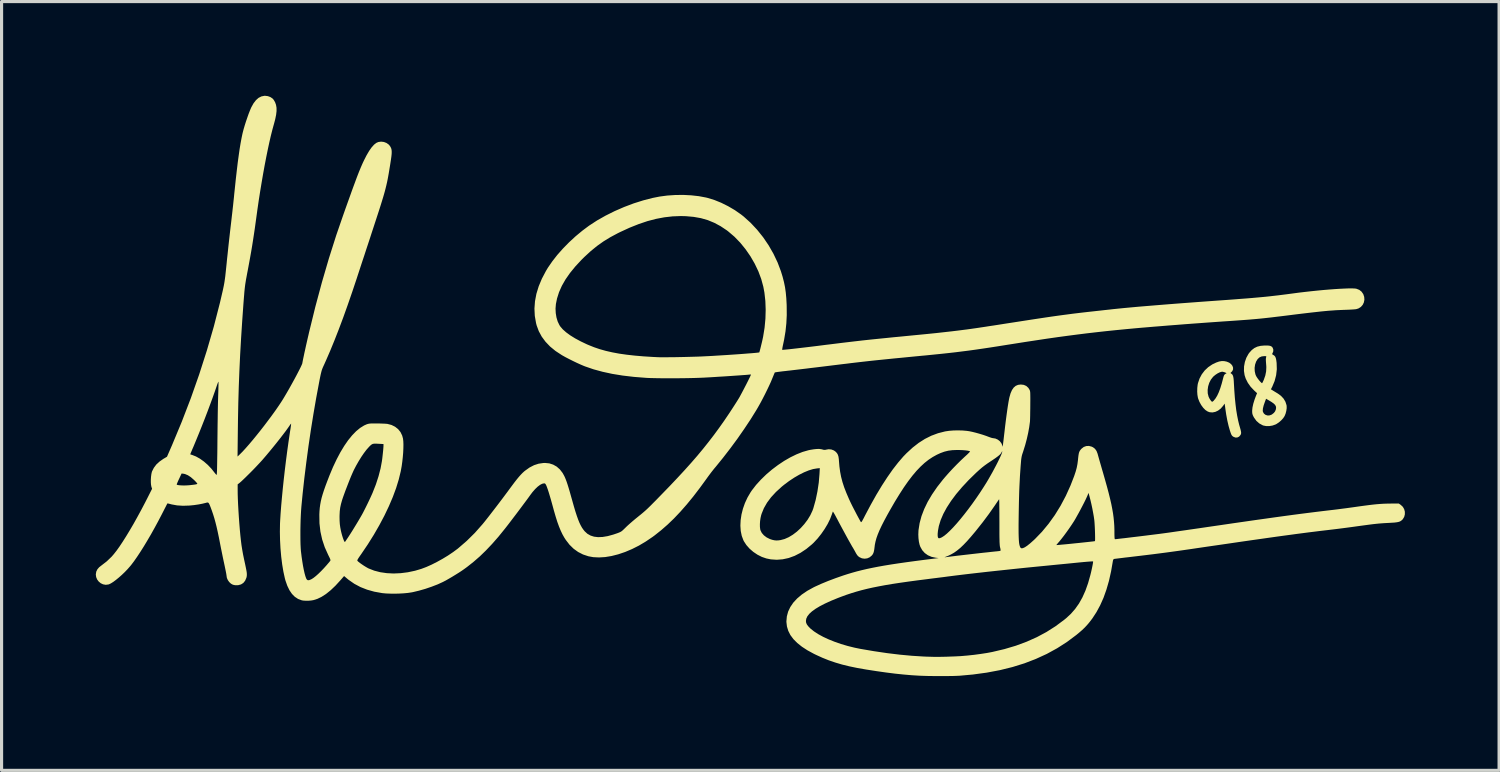
<source format=kicad_pcb>
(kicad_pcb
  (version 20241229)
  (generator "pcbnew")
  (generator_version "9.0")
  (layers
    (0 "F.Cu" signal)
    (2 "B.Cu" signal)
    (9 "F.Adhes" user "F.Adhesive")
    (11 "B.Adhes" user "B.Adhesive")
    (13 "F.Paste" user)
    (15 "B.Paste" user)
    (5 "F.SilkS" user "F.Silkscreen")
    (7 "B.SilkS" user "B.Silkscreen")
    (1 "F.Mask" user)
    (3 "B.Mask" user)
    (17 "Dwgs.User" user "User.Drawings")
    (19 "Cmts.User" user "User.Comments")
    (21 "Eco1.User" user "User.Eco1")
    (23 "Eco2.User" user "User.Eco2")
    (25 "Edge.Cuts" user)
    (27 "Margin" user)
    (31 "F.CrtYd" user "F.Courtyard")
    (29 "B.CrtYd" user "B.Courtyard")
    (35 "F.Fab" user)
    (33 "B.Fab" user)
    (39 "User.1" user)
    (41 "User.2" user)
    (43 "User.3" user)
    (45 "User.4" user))
  (footprint "Alectardy98 (2) Silk"
    (layer "F.Cu")
    (at 20.306 9.12)
    (property "Reference" "Alectardy98 (2) Silk" (at 6.858 -7.112 0) (layer "User.1") (effects (font (size 1.524 1.524) (thickness 0.3))))
    (attr board_only exclude_from_pos_files exclude_from_bom)
    (fp_poly (pts (xy 15.617 -0.674) (xy 15.697 -0.657) (xy 15.774 -0.625) (xy 15.834 -0.58) (xy 15.876 -0.527) (xy 15.898 -0.469) (xy 15.898 -0.411) (xy 15.874 -0.357) (xy 15.85 -0.33) (xy 15.814 -0.295) (xy 15.844 -0.274) (xy 15.871 -0.251) (xy 15.89 -0.22) (xy 15.904 -0.177) (xy 15.914 -0.117) (xy 15.921 -0.036) (xy 15.923 0.007) (xy 15.938 0.261) (xy 15.955 0.491) (xy 15.976 0.697) (xy 15.999 0.884) (xy 16.027 1.054) (xy 16.058 1.21) (xy 16.093 1.354) (xy 16.115 1.429) (xy 16.137 1.507) (xy 16.15 1.564) (xy 16.155 1.606) (xy 16.152 1.638) (xy 16.141 1.666) (xy 16.134 1.679) (xy 16.09 1.73) (xy 16.034 1.757) (xy 15.972 1.759) (xy 15.909 1.734) (xy 15.9 1.729) (xy 15.876 1.71) (xy 15.858 1.689) (xy 15.841 1.659) (xy 15.823 1.613) (xy 15.801 1.548) (xy 15.798 1.539) (xy 15.755 1.388) (xy 15.715 1.216) (xy 15.68 1.028) (xy 15.655 0.858) (xy 15.631 0.679) (xy 15.578 0.753) (xy 15.504 0.838) (xy 15.421 0.901) (xy 15.333 0.942) (xy 15.242 0.96) (xy 15.153 0.953) (xy 15.09 0.93) (xy 15.018 0.883) (xy 14.948 0.812) (xy 14.884 0.725) (xy 14.829 0.626) (xy 14.788 0.522) (xy 14.779 0.49) (xy 14.763 0.399) (xy 14.756 0.291) (xy 14.758 0.242) (xy 15.089 0.242) (xy 15.092 0.352) (xy 15.117 0.452) (xy 15.121 0.463) (xy 15.144 0.511) (xy 15.172 0.557) (xy 15.2 0.595) (xy 15.223 0.617) (xy 15.232 0.621) (xy 15.252 0.611) (xy 15.28 0.588) (xy 15.285 0.582) (xy 15.341 0.512) (xy 15.394 0.424) (xy 15.444 0.317) (xy 15.492 0.188) (xy 15.539 0.035) (xy 15.586 -0.144) (xy 15.586 -0.144) (xy 15.602 -0.2) (xy 15.619 -0.235) (xy 15.641 -0.258) (xy 15.651 -0.265) (xy 15.693 -0.291) (xy 15.636 -0.317) (xy 15.568 -0.336) (xy 15.528 -0.334) (xy 15.471 -0.316) (xy 15.403 -0.282) (xy 15.334 -0.236) (xy 15.271 -0.183) (xy 15.258 -0.169) (xy 15.191 -0.083) (xy 15.14 0.018) (xy 15.105 0.129) (xy 15.089 0.242) (xy 14.758 0.242) (xy 14.759 0.18) (xy 14.771 0.075) (xy 14.781 0.028) (xy 14.83 -0.118) (xy 14.903 -0.255) (xy 14.997 -0.378) (xy 15.11 -0.484) (xy 15.237 -0.569) (xy 15.25 -0.576) (xy 15.359 -0.628) (xy 15.453 -0.661) (xy 15.538 -0.676)) (stroke (width 0) (type solid)) (fill yes) (layer "F.SilkS"))
    (fp_poly (pts (xy 17.018 -1.169) (xy 17.074 -1.161) (xy 17.113 -1.146) (xy 17.142 -1.122) (xy 17.16 -1.097) (xy 17.18 -1.04) (xy 17.176 -0.977) (xy 17.152 -0.923) (xy 17.143 -0.903) (xy 17.149 -0.888) (xy 17.176 -0.871) (xy 17.184 -0.867) (xy 17.216 -0.845) (xy 17.24 -0.815) (xy 17.258 -0.773) (xy 17.272 -0.713) (xy 17.283 -0.632) (xy 17.285 -0.609) (xy 17.291 -0.415) (xy 17.269 -0.224) (xy 17.22 -0.037) (xy 17.146 0.14) (xy 17.103 0.223) (xy 17.17 0.265) (xy 17.219 0.295) (xy 17.278 0.331) (xy 17.323 0.358) (xy 17.424 0.432) (xy 17.506 0.52) (xy 17.565 0.619) (xy 17.599 0.725) (xy 17.604 0.754) (xy 17.605 0.826) (xy 17.593 0.91) (xy 17.571 0.996) (xy 17.54 1.072) (xy 17.538 1.076) (xy 17.494 1.143) (xy 17.43 1.213) (xy 17.356 1.277) (xy 17.278 1.329) (xy 17.248 1.344) (xy 17.154 1.377) (xy 17.052 1.394) (xy 16.953 1.394) (xy 16.864 1.377) (xy 16.844 1.37) (xy 16.735 1.311) (xy 16.642 1.23) (xy 16.567 1.126) (xy 16.549 1.094) (xy 16.525 1.043) (xy 16.512 1) (xy 16.507 0.952) (xy 16.506 0.903) (xy 16.506 0.903) (xy 16.843 0.903) (xy 16.849 0.94) (xy 16.881 0.997) (xy 16.931 1.036) (xy 16.992 1.056) (xy 17.058 1.055) (xy 17.123 1.031) (xy 17.138 1.022) (xy 17.197 0.975) (xy 17.235 0.927) (xy 17.259 0.87) (xy 17.268 0.816) (xy 17.262 0.768) (xy 17.238 0.723) (xy 17.194 0.678) (xy 17.127 0.63) (xy 17.062 0.59) (xy 16.949 0.524) (xy 16.912 0.622) (xy 16.872 0.737) (xy 16.849 0.831) (xy 16.843 0.903) (xy 16.506 0.903) (xy 16.516 0.802) (xy 16.542 0.683) (xy 16.583 0.55) (xy 16.622 0.445) (xy 16.662 0.346) (xy 16.572 0.263) (xy 16.46 0.146) (xy 16.369 0.018) (xy 16.301 -0.117) (xy 16.265 -0.227) (xy 16.245 -0.363) (xy 16.247 -0.459) (xy 16.584 -0.459) (xy 16.588 -0.353) (xy 16.61 -0.252) (xy 16.63 -0.203) (xy 16.653 -0.164) (xy 16.685 -0.117) (xy 16.722 -0.069) (xy 16.759 -0.025) (xy 16.792 0.008) (xy 16.815 0.027) (xy 16.821 0.028) (xy 16.831 0.016) (xy 16.848 -0.016) (xy 16.869 -0.062) (xy 16.876 -0.077) (xy 16.925 -0.217) (xy 16.951 -0.349) (xy 16.957 -0.482) (xy 16.954 -0.536) (xy 16.947 -0.625) (xy 16.943 -0.69) (xy 16.942 -0.737) (xy 16.945 -0.771) (xy 16.951 -0.796) (xy 16.952 -0.801) (xy 16.957 -0.819) (xy 16.95 -0.829) (xy 16.925 -0.832) (xy 16.891 -0.833) (xy 16.808 -0.823) (xy 16.741 -0.794) (xy 16.684 -0.742) (xy 16.681 -0.739) (xy 16.632 -0.659) (xy 16.599 -0.563) (xy 16.584 -0.459) (xy 16.247 -0.459) (xy 16.248 -0.505) (xy 16.274 -0.646) (xy 16.321 -0.781) (xy 16.388 -0.902) (xy 16.416 -0.941) (xy 16.493 -1.026) (xy 16.576 -1.09) (xy 16.668 -1.134) (xy 16.775 -1.16) (xy 16.901 -1.171) (xy 16.94 -1.171)) (stroke (width 0) (type solid)) (fill yes) (layer "F.SilkS"))
    (fp_poly (pts (xy 9.236 0.082) (xy 9.315 0.117) (xy 9.379 0.175) (xy 9.416 0.233) (xy 9.424 0.25) (xy 9.431 0.267) (xy 9.436 0.289) (xy 9.44 0.319) (xy 9.442 0.359) (xy 9.443 0.413) (xy 9.444 0.485) (xy 9.444 0.577) (xy 9.443 0.693) (xy 9.443 0.734) (xy 9.442 0.847) (xy 9.44 0.955) (xy 9.439 1.053) (xy 9.437 1.137) (xy 9.435 1.202) (xy 9.433 1.246) (xy 9.432 1.256) (xy 9.409 1.427) (xy 9.375 1.614) (xy 9.331 1.808) (xy 9.28 2) (xy 9.223 2.182) (xy 9.216 2.205) (xy 9.196 2.264) (xy 9.18 2.313) (xy 9.169 2.36) (xy 9.16 2.41) (xy 9.152 2.469) (xy 9.146 2.543) (xy 9.138 2.638) (xy 9.137 2.649) (xy 9.125 2.819) (xy 9.114 2.98) (xy 9.106 3.138) (xy 9.098 3.296) (xy 9.091 3.459) (xy 9.086 3.634) (xy 9.081 3.825) (xy 9.077 4.036) (xy 9.075 4.156) (xy 9.072 4.358) (xy 9.07 4.534) (xy 9.07 4.686) (xy 9.071 4.816) (xy 9.074 4.925) (xy 9.078 5.016) (xy 9.084 5.09) (xy 9.092 5.15) (xy 9.103 5.197) (xy 9.115 5.234) (xy 9.129 5.262) (xy 9.134 5.269) (xy 9.163 5.286) (xy 9.208 5.28) (xy 9.27 5.252) (xy 9.347 5.201) (xy 9.37 5.182) (xy 10.273 5.182) (xy 10.286 5.182) (xy 10.324 5.179) (xy 10.384 5.174) (xy 10.46 5.167) (xy 10.551 5.159) (xy 10.653 5.149) (xy 10.762 5.138) (xy 10.875 5.126) (xy 10.988 5.115) (xy 11.098 5.103) (xy 11.202 5.092) (xy 11.296 5.082) (xy 11.376 5.073) (xy 11.439 5.066) (xy 11.481 5.06) (xy 11.5 5.057) (xy 11.5 5.057) (xy 11.504 5.039) (xy 11.506 4.997) (xy 11.506 4.937) (xy 11.505 4.863) (xy 11.503 4.779) (xy 11.5 4.69) (xy 11.496 4.602) (xy 11.491 4.517) (xy 11.486 4.442) (xy 11.48 4.381) (xy 11.479 4.374) (xy 11.464 4.27) (xy 11.442 4.147) (xy 11.417 4.014) (xy 11.388 3.878) (xy 11.358 3.749) (xy 11.33 3.641) (xy 11.297 3.521) (xy 11.269 3.591) (xy 11.242 3.653) (xy 11.204 3.735) (xy 11.157 3.83) (xy 11.103 3.935) (xy 11.046 4.044) (xy 10.988 4.152) (xy 10.931 4.254) (xy 10.88 4.346) (xy 10.835 4.421) (xy 10.83 4.429) (xy 10.759 4.538) (xy 10.679 4.655) (xy 10.595 4.773) (xy 10.511 4.887) (xy 10.431 4.99) (xy 10.361 5.076) (xy 10.349 5.089) (xy 10.314 5.13) (xy 10.287 5.162) (xy 10.274 5.18) (xy 10.273 5.182) (xy 9.37 5.182) (xy 9.439 5.127) (xy 9.547 5.031) (xy 9.593 4.988) (xy 9.815 4.758) (xy 10.026 4.503) (xy 10.224 4.227) (xy 10.407 3.93) (xy 10.574 3.615) (xy 10.724 3.284) (xy 10.84 2.985) (xy 10.886 2.848) (xy 10.92 2.725) (xy 10.944 2.603) (xy 10.961 2.473) (xy 10.965 2.428) (xy 10.975 2.339) (xy 10.986 2.272) (xy 11 2.221) (xy 11.021 2.179) (xy 11.05 2.14) (xy 11.075 2.113) (xy 11.145 2.059) (xy 11.225 2.03) (xy 11.31 2.026) (xy 11.398 2.049) (xy 11.441 2.07) (xy 11.503 2.118) (xy 11.551 2.185) (xy 11.586 2.275) (xy 11.592 2.299) (xy 11.602 2.334) (xy 11.618 2.392) (xy 11.64 2.47) (xy 11.667 2.563) (xy 11.697 2.667) (xy 11.729 2.779) (xy 11.754 2.863) (xy 11.824 3.108) (xy 11.886 3.329) (xy 11.939 3.529) (xy 11.984 3.711) (xy 12.022 3.877) (xy 12.052 4.031) (xy 12.077 4.174) (xy 12.095 4.31) (xy 12.108 4.442) (xy 12.117 4.572) (xy 12.121 4.704) (xy 12.121 4.783) (xy 12.122 4.868) (xy 12.124 4.928) (xy 12.127 4.967) (xy 12.132 4.988) (xy 12.139 4.995) (xy 12.14 4.995) (xy 12.161 4.994) (xy 12.207 4.989) (xy 12.274 4.981) (xy 12.36 4.971) (xy 12.461 4.96) (xy 12.574 4.946) (xy 12.697 4.931) (xy 12.826 4.916) (xy 12.957 4.9) (xy 13.088 4.884) (xy 13.215 4.868) (xy 13.336 4.853) (xy 13.447 4.839) (xy 13.545 4.827) (xy 13.61 4.818) (xy 13.687 4.808) (xy 13.789 4.794) (xy 13.912 4.777) (xy 14.054 4.756) (xy 14.21 4.734) (xy 14.379 4.71) (xy 14.556 4.684) (xy 14.738 4.658) (xy 14.923 4.631) (xy 15.085 4.607) (xy 15.505 4.546) (xy 15.9 4.488) (xy 16.269 4.435) (xy 16.615 4.385) (xy 16.938 4.34) (xy 17.242 4.297) (xy 17.526 4.258) (xy 17.793 4.222) (xy 18.043 4.189) (xy 18.28 4.159) (xy 18.502 4.131) (xy 18.714 4.105) (xy 18.915 4.081) (xy 19.001 4.071) (xy 19.103 4.059) (xy 19.226 4.044) (xy 19.362 4.026) (xy 19.503 4.008) (xy 19.641 3.989) (xy 19.763 3.972) (xy 19.945 3.946) (xy 20.103 3.925) (xy 20.241 3.907) (xy 20.361 3.893) (xy 20.468 3.882) (xy 20.566 3.874) (xy 20.658 3.868) (xy 20.747 3.864) (xy 20.837 3.862) (xy 20.899 3.861) (xy 21.174 3.859) (xy 21.239 3.905) (xy 21.303 3.965) (xy 21.345 4.038) (xy 21.367 4.12) (xy 21.367 4.204) (xy 21.346 4.285) (xy 21.302 4.358) (xy 21.277 4.384) (xy 21.245 4.41) (xy 21.209 4.431) (xy 21.164 4.446) (xy 21.106 4.457) (xy 21.031 4.466) (xy 20.933 4.472) (xy 20.884 4.475) (xy 20.788 4.48) (xy 20.699 4.485) (xy 20.614 4.491) (xy 20.529 4.498) (xy 20.44 4.507) (xy 20.342 4.518) (xy 20.232 4.532) (xy 20.105 4.549) (xy 19.957 4.569) (xy 19.833 4.586) (xy 19.696 4.605) (xy 19.547 4.625) (xy 19.394 4.645) (xy 19.246 4.664) (xy 19.108 4.681) (xy 18.988 4.695) (xy 18.958 4.699) (xy 18.803 4.717) (xy 18.643 4.736) (xy 18.477 4.757) (xy 18.304 4.778) (xy 18.121 4.802) (xy 17.928 4.827) (xy 17.724 4.855) (xy 17.506 4.884) (xy 17.274 4.916) (xy 17.025 4.951) (xy 16.759 4.989) (xy 16.475 5.029) (xy 16.17 5.073) (xy 15.843 5.121) (xy 15.493 5.172) (xy 15.118 5.226) (xy 14.717 5.285) (xy 14.584 5.305) (xy 14.173 5.364) (xy 13.773 5.419) (xy 13.373 5.471) (xy 12.962 5.521) (xy 12.7 5.552) (xy 12.577 5.567) (xy 12.461 5.58) (xy 12.357 5.593) (xy 12.267 5.604) (xy 12.195 5.613) (xy 12.143 5.619) (xy 12.115 5.623) (xy 12.112 5.624) (xy 12.09 5.636) (xy 12.078 5.664) (xy 12.072 5.69) (xy 12.015 6.018) (xy 11.947 6.322) (xy 11.866 6.602) (xy 11.774 6.86) (xy 11.668 7.098) (xy 11.549 7.318) (xy 11.417 7.52) (xy 11.33 7.634) (xy 11.255 7.723) (xy 11.179 7.805) (xy 11.095 7.886) (xy 10.998 7.97) (xy 10.907 8.045) (xy 10.61 8.267) (xy 10.298 8.467) (xy 9.969 8.647) (xy 9.622 8.806) (xy 9.259 8.946) (xy 8.876 9.065) (xy 8.476 9.164) (xy 8.056 9.243) (xy 7.616 9.303) (xy 7.197 9.341) (xy 7.114 9.345) (xy 7.008 9.349) (xy 6.884 9.351) (xy 6.747 9.353) (xy 6.601 9.353) (xy 6.453 9.353) (xy 6.306 9.351) (xy 6.165 9.349) (xy 6.037 9.345) (xy 5.925 9.341) (xy 5.905 9.34) (xy 5.661 9.325) (xy 5.407 9.303) (xy 5.139 9.275) (xy 4.855 9.239) (xy 4.552 9.196) (xy 4.224 9.145) (xy 4.212 9.143) (xy 3.937 9.095) (xy 3.686 9.043) (xy 3.453 8.986) (xy 3.236 8.922) (xy 3.028 8.851) (xy 2.826 8.77) (xy 2.624 8.678) (xy 2.554 8.644) (xy 2.35 8.533) (xy 2.173 8.418) (xy 2.024 8.299) (xy 1.902 8.176) (xy 1.806 8.047) (xy 1.738 7.913) (xy 1.696 7.774) (xy 1.679 7.628) (xy 1.679 7.61) (xy 1.68 7.6) (xy 2.3 7.6) (xy 2.307 7.654) (xy 2.329 7.706) (xy 2.369 7.762) (xy 2.431 7.826) (xy 2.446 7.841) (xy 2.556 7.929) (xy 2.691 8.017) (xy 2.848 8.103) (xy 3.023 8.184) (xy 3.215 8.261) (xy 3.418 8.332) (xy 3.632 8.395) (xy 3.851 8.449) (xy 4.036 8.487) (xy 4.465 8.56) (xy 4.884 8.622) (xy 5.289 8.671) (xy 5.677 8.707) (xy 6.045 8.73) (xy 6.138 8.734) (xy 6.248 8.737) (xy 6.348 8.74) (xy 6.443 8.741) (xy 6.54 8.741) (xy 6.642 8.739) (xy 6.757 8.737) (xy 6.89 8.732) (xy 7.034 8.727) (xy 7.23 8.717) (xy 7.44 8.699) (xy 7.656 8.676) (xy 7.87 8.647) (xy 8.071 8.616) (xy 8.234 8.585) (xy 8.619 8.494) (xy 8.983 8.386) (xy 9.326 8.259) (xy 9.651 8.114) (xy 9.957 7.95) (xy 10.247 7.766) (xy 10.521 7.562) (xy 10.585 7.51) (xy 10.736 7.37) (xy 10.872 7.214) (xy 10.994 7.041) (xy 11.102 6.848) (xy 11.198 6.634) (xy 11.282 6.397) (xy 11.356 6.135) (xy 11.357 6.131) (xy 11.378 6.046) (xy 11.397 5.961) (xy 11.414 5.881) (xy 11.428 5.81) (xy 11.438 5.753) (xy 11.442 5.716) (xy 11.442 5.703) (xy 11.427 5.702) (xy 11.388 5.703) (xy 11.327 5.707) (xy 11.248 5.713) (xy 11.155 5.721) (xy 11.05 5.731) (xy 10.986 5.737) (xy 10.857 5.75) (xy 10.708 5.765) (xy 10.546 5.781) (xy 10.38 5.797) (xy 10.216 5.813) (xy 10.064 5.828) (xy 10.005 5.834) (xy 9.667 5.867) (xy 9.333 5.9) (xy 9.004 5.934) (xy 8.684 5.968) (xy 8.374 6.001) (xy 8.077 6.033) (xy 7.795 6.065) (xy 7.531 6.095) (xy 7.288 6.124) (xy 7.067 6.151) (xy 6.871 6.176) (xy 6.83 6.181) (xy 6.763 6.19) (xy 6.674 6.202) (xy 6.568 6.215) (xy 6.451 6.23) (xy 6.328 6.245) (xy 6.204 6.261) (xy 6.167 6.266) (xy 5.851 6.306) (xy 5.561 6.345) (xy 5.295 6.383) (xy 5.051 6.42) (xy 4.825 6.458) (xy 4.616 6.497) (xy 4.421 6.536) (xy 4.239 6.577) (xy 4.067 6.62) (xy 3.902 6.666) (xy 3.743 6.715) (xy 3.586 6.767) (xy 3.431 6.824) (xy 3.32 6.866) (xy 3.1 6.956) (xy 2.908 7.044) (xy 2.743 7.129) (xy 2.605 7.212) (xy 2.493 7.293) (xy 2.407 7.372) (xy 2.346 7.45) (xy 2.311 7.527) (xy 2.3 7.6) (xy 1.68 7.6) (xy 1.693 7.452) (xy 1.734 7.3) (xy 1.803 7.155) (xy 1.898 7.015) (xy 2.02 6.883) (xy 2.169 6.757) (xy 2.343 6.639) (xy 2.544 6.528) (xy 2.589 6.506) (xy 2.789 6.415) (xy 3.01 6.324) (xy 3.249 6.234) (xy 3.484 6.152) (xy 3.63 6.105) (xy 3.777 6.061) (xy 3.927 6.019) (xy 4.083 5.98) (xy 4.245 5.942) (xy 4.417 5.906) (xy 4.601 5.87) (xy 4.798 5.835) (xy 5.011 5.8) (xy 5.242 5.765) (xy 5.493 5.729) (xy 5.766 5.692) (xy 6.064 5.653) (xy 6.322 5.621) (xy 6.526 5.596) (xy 6.432 5.585) (xy 6.361 5.57) (xy 6.713 5.57) (xy 6.721 5.571) (xy 6.75 5.568) (xy 6.752 5.567) (xy 6.786 5.563) (xy 6.841 5.556) (xy 6.911 5.547) (xy 6.991 5.537) (xy 7.034 5.532) (xy 7.113 5.522) (xy 7.21 5.511) (xy 7.321 5.498) (xy 7.444 5.484) (xy 7.573 5.469) (xy 7.705 5.454) (xy 7.836 5.439) (xy 7.962 5.425) (xy 8.079 5.413) (xy 8.183 5.401) (xy 8.269 5.392) (xy 8.335 5.385) (xy 8.37 5.382) (xy 8.424 5.376) (xy 8.466 5.37) (xy 8.491 5.365) (xy 8.492 5.364) (xy 8.498 5.344) (xy 8.492 5.3) (xy 8.483 5.263) (xy 8.478 5.24) (xy 8.473 5.212) (xy 8.47 5.178) (xy 8.467 5.135) (xy 8.464 5.081) (xy 8.463 5.012) (xy 8.461 4.927) (xy 8.46 4.823) (xy 8.46 4.698) (xy 8.46 4.548) (xy 8.46 4.442) (xy 8.459 4.302) (xy 8.459 4.171) (xy 8.458 4.052) (xy 8.457 3.947) (xy 8.456 3.859) (xy 8.455 3.791) (xy 8.453 3.745) (xy 8.451 3.724) (xy 8.451 3.723) (xy 8.44 3.737) (xy 8.417 3.771) (xy 8.383 3.82) (xy 8.342 3.881) (xy 8.304 3.937) (xy 8.128 4.188) (xy 7.931 4.452) (xy 7.712 4.728) (xy 7.685 4.761) (xy 7.551 4.92) (xy 7.43 5.057) (xy 7.318 5.174) (xy 7.214 5.273) (xy 7.114 5.355) (xy 7.017 5.424) (xy 6.92 5.48) (xy 6.821 5.527) (xy 6.77 5.547) (xy 6.729 5.563) (xy 6.713 5.57) (xy 6.361 5.57) (xy 6.301 5.557) (xy 6.184 5.507) (xy 6.084 5.436) (xy 6.003 5.345) (xy 5.942 5.236) (xy 5.919 5.172) (xy 5.897 5.075) (xy 5.883 4.962) (xy 5.878 4.842) (xy 5.879 4.827) (xy 6.494 4.827) (xy 6.495 4.898) (xy 6.505 4.943) (xy 6.525 4.964) (xy 6.538 4.966) (xy 6.569 4.96) (xy 6.611 4.943) (xy 6.628 4.935) (xy 6.701 4.888) (xy 6.786 4.819) (xy 6.882 4.729) (xy 6.987 4.621) (xy 7.1 4.496) (xy 7.218 4.357) (xy 7.341 4.205) (xy 7.467 4.042) (xy 7.594 3.871) (xy 7.72 3.693) (xy 7.844 3.511) (xy 7.964 3.326) (xy 8.047 3.194) (xy 8.108 3.091) (xy 8.171 2.981) (xy 8.235 2.868) (xy 8.296 2.754) (xy 8.355 2.643) (xy 8.409 2.537) (xy 8.456 2.44) (xy 8.496 2.356) (xy 8.526 2.286) (xy 8.545 2.234) (xy 8.551 2.204) (xy 8.546 2.198) (xy 8.535 2.216) (xy 8.532 2.223) (xy 8.514 2.255) (xy 8.489 2.287) (xy 8.452 2.323) (xy 8.401 2.364) (xy 8.333 2.414) (xy 8.246 2.473) (xy 8.177 2.519) (xy 8.075 2.587) (xy 7.989 2.649) (xy 7.91 2.71) (xy 7.831 2.778) (xy 7.742 2.859) (xy 7.721 2.878) (xy 7.484 3.109) (xy 7.272 3.336) (xy 7.084 3.558) (xy 6.922 3.775) (xy 6.785 3.986) (xy 6.674 4.19) (xy 6.589 4.388) (xy 6.531 4.579) (xy 6.503 4.731) (xy 6.494 4.827) (xy 5.879 4.827) (xy 5.883 4.725) (xy 5.885 4.703) (xy 5.92 4.482) (xy 5.98 4.259) (xy 6.066 4.034) (xy 6.177 3.804) (xy 6.315 3.571) (xy 6.479 3.332) (xy 6.67 3.088) (xy 6.736 3.011) (xy 6.846 2.886) (xy 6.969 2.753) (xy 7.098 2.62) (xy 7.226 2.493) (xy 7.346 2.38) (xy 7.379 2.35) (xy 7.433 2.301) (xy 7.477 2.257) (xy 7.509 2.224) (xy 7.524 2.203) (xy 7.525 2.199) (xy 7.5 2.188) (xy 7.451 2.177) (xy 7.384 2.168) (xy 7.302 2.161) (xy 7.212 2.157) (xy 7.118 2.155) (xy 7.112 2.155) (xy 6.963 2.161) (xy 6.831 2.178) (xy 6.706 2.209) (xy 6.58 2.255) (xy 6.467 2.307) (xy 6.335 2.38) (xy 6.205 2.466) (xy 6.077 2.567) (xy 5.949 2.685) (xy 5.82 2.82) (xy 5.69 2.974) (xy 5.557 3.148) (xy 5.42 3.343) (xy 5.279 3.561) (xy 5.131 3.802) (xy 4.977 4.069) (xy 4.889 4.226) (xy 4.791 4.408) (xy 4.709 4.569) (xy 4.641 4.714) (xy 4.587 4.844) (xy 4.545 4.962) (xy 4.515 5.072) (xy 4.494 5.175) (xy 4.487 5.232) (xy 4.476 5.319) (xy 4.464 5.384) (xy 4.449 5.433) (xy 4.43 5.472) (xy 4.403 5.508) (xy 4.398 5.514) (xy 4.33 5.571) (xy 4.252 5.605) (xy 4.167 5.616) (xy 4.083 5.604) (xy 4.004 5.568) (xy 3.96 5.534) (xy 3.931 5.5) (xy 3.9 5.452) (xy 3.882 5.419) (xy 3.851 5.362) (xy 3.815 5.299) (xy 3.794 5.263) (xy 3.772 5.228) (xy 3.74 5.171) (xy 3.698 5.097) (xy 3.648 5.008) (xy 3.593 4.908) (xy 3.535 4.801) (xy 3.475 4.69) (xy 3.415 4.579) (xy 3.357 4.471) (xy 3.304 4.37) (xy 3.266 4.299) (xy 3.231 4.233) (xy 3.2 4.178) (xy 3.176 4.139) (xy 3.161 4.117) (xy 3.157 4.116) (xy 3.15 4.135) (xy 3.137 4.172) (xy 3.126 4.205) (xy 3.069 4.354) (xy 2.991 4.512) (xy 2.896 4.671) (xy 2.788 4.827) (xy 2.671 4.974) (xy 2.548 5.106) (xy 2.493 5.158) (xy 2.312 5.307) (xy 2.128 5.429) (xy 1.941 5.525) (xy 1.752 5.594) (xy 1.561 5.635) (xy 1.371 5.65) (xy 1.182 5.637) (xy 1.041 5.608) (xy 0.897 5.559) (xy 0.757 5.488) (xy 0.625 5.399) (xy 0.506 5.296) (xy 0.405 5.182) (xy 0.326 5.061) (xy 0.31 5.029) (xy 0.257 4.888) (xy 0.225 4.732) (xy 0.214 4.565) (xy 0.216 4.515) (xy 0.835 4.515) (xy 0.836 4.604) (xy 0.845 4.679) (xy 0.853 4.71) (xy 0.895 4.795) (xy 0.962 4.872) (xy 1.049 4.938) (xy 1.153 4.99) (xy 1.229 5.015) (xy 1.298 5.03) (xy 1.361 5.036) (xy 1.432 5.032) (xy 1.494 5.023) (xy 1.622 4.989) (xy 1.753 4.931) (xy 1.884 4.852) (xy 2.013 4.754) (xy 2.136 4.64) (xy 2.249 4.514) (xy 2.352 4.378) (xy 2.439 4.235) (xy 2.508 4.089) (xy 2.537 4.008) (xy 2.61 3.748) (xy 2.667 3.474) (xy 2.709 3.194) (xy 2.732 2.922) (xy 2.742 2.733) (xy 2.651 2.742) (xy 2.528 2.763) (xy 2.39 2.805) (xy 2.241 2.866) (xy 2.085 2.944) (xy 1.925 3.037) (xy 1.764 3.144) (xy 1.605 3.263) (xy 1.531 3.323) (xy 1.347 3.491) (xy 1.19 3.661) (xy 1.062 3.833) (xy 0.962 4.008) (xy 0.89 4.185) (xy 0.875 4.233) (xy 0.855 4.321) (xy 0.841 4.418) (xy 0.835 4.515) (xy 0.216 4.515) (xy 0.222 4.389) (xy 0.249 4.208) (xy 0.295 4.025) (xy 0.359 3.844) (xy 0.44 3.669) (xy 0.538 3.502) (xy 0.578 3.443) (xy 0.714 3.267) (xy 0.869 3.097) (xy 1.039 2.932) (xy 1.221 2.777) (xy 1.411 2.634) (xy 1.607 2.503) (xy 1.805 2.389) (xy 2.002 2.293) (xy 2.194 2.217) (xy 2.378 2.164) (xy 2.434 2.152) (xy 2.551 2.133) (xy 2.647 2.123) (xy 2.725 2.122) (xy 2.791 2.131) (xy 2.816 2.137) (xy 2.87 2.151) (xy 2.91 2.152) (xy 2.939 2.146) (xy 3.023 2.131) (xy 3.11 2.139) (xy 3.191 2.17) (xy 3.25 2.213) (xy 3.29 2.258) (xy 3.318 2.308) (xy 3.337 2.37) (xy 3.348 2.451) (xy 3.351 2.492) (xy 3.366 2.675) (xy 3.389 2.847) (xy 3.421 3.013) (xy 3.464 3.177) (xy 3.519 3.346) (xy 3.588 3.523) (xy 3.671 3.716) (xy 3.718 3.817) (xy 3.748 3.879) (xy 3.786 3.956) (xy 3.83 4.041) (xy 3.877 4.131) (xy 3.923 4.22) (xy 3.967 4.302) (xy 4.005 4.371) (xy 4.034 4.424) (xy 4.045 4.441) (xy 4.052 4.451) (xy 4.06 4.452) (xy 4.071 4.443) (xy 4.087 4.421) (xy 4.109 4.381) (xy 4.141 4.322) (xy 4.181 4.243) (xy 4.363 3.9) (xy 4.542 3.581) (xy 4.72 3.286) (xy 4.895 3.017) (xy 5.066 2.773) (xy 5.235 2.556) (xy 5.399 2.365) (xy 5.503 2.258) (xy 5.696 2.08) (xy 5.89 1.929) (xy 6.088 1.803) (xy 6.292 1.701) (xy 6.504 1.622) (xy 6.727 1.565) (xy 6.738 1.563) (xy 6.859 1.545) (xy 6.997 1.534) (xy 7.144 1.531) (xy 7.29 1.535) (xy 7.425 1.547) (xy 7.5 1.558) (xy 7.597 1.578) (xy 7.709 1.606) (xy 7.827 1.639) (xy 7.942 1.674) (xy 8.044 1.709) (xy 8.112 1.735) (xy 8.167 1.755) (xy 8.216 1.771) (xy 8.25 1.778) (xy 8.253 1.778) (xy 8.333 1.791) (xy 8.41 1.826) (xy 8.475 1.878) (xy 8.524 1.943) (xy 8.543 1.988) (xy 8.562 2.053) (xy 8.57 2.004) (xy 8.574 1.977) (xy 8.58 1.926) (xy 8.589 1.856) (xy 8.599 1.77) (xy 8.61 1.674) (xy 8.622 1.573) (xy 8.643 1.39) (xy 8.665 1.213) (xy 8.687 1.047) (xy 8.708 0.895) (xy 8.728 0.759) (xy 8.747 0.642) (xy 8.764 0.547) (xy 8.778 0.48) (xy 8.815 0.35) (xy 8.86 0.247) (xy 8.914 0.169) (xy 8.978 0.114) (xy 9.053 0.082) (xy 9.139 0.071) (xy 9.141 0.071)) (stroke (width 0) (type solid)) (fill yes) (layer "F.SilkS"))
    (fp_poly (pts (xy -14.83 -9.11) (xy -14.749 -9.08) (xy -14.681 -9.035) (xy -14.643 -8.992) (xy -14.599 -8.916) (xy -14.569 -8.832) (xy -14.553 -8.74) (xy -14.552 -8.635) (xy -14.566 -8.515) (xy -14.594 -8.377) (xy -14.636 -8.217) (xy -14.642 -8.198) (xy -14.686 -8.037) (xy -14.733 -7.851) (xy -14.781 -7.643) (xy -14.83 -7.415) (xy -14.88 -7.17) (xy -14.93 -6.911) (xy -14.979 -6.641) (xy -15.027 -6.361) (xy -15.074 -6.077) (xy -15.119 -5.789) (xy -15.161 -5.501) (xy -15.184 -5.334) (xy -15.216 -5.102) (xy -15.245 -4.892) (xy -15.274 -4.698) (xy -15.302 -4.515) (xy -15.33 -4.338) (xy -15.36 -4.16) (xy -15.393 -3.975) (xy -15.429 -3.778) (xy -15.469 -3.564) (xy -15.487 -3.471) (xy -15.506 -3.367) (xy -15.523 -3.278) (xy -15.536 -3.198) (xy -15.548 -3.123) (xy -15.558 -3.048) (xy -15.567 -2.969) (xy -15.576 -2.881) (xy -15.584 -2.779) (xy -15.594 -2.659) (xy -15.605 -2.516) (xy -15.606 -2.505) (xy -15.646 -1.943) (xy -15.681 -1.404) (xy -15.711 -0.879) (xy -15.735 -0.364) (xy -15.755 0.147) (xy -15.77 0.662) (xy -15.78 1.185) (xy -15.785 1.566) (xy -15.794 2.364) (xy -15.72 2.293) (xy -15.635 2.208) (xy -15.538 2.102) (xy -15.429 1.978) (xy -15.313 1.841) (xy -15.191 1.692) (xy -15.066 1.536) (xy -14.94 1.374) (xy -14.817 1.211) (xy -14.697 1.05) (xy -14.584 0.893) (xy -14.481 0.744) (xy -14.404 0.628) (xy -14.355 0.551) (xy -14.3 0.46) (xy -14.24 0.358) (xy -14.177 0.25) (xy -14.113 0.136) (xy -14.049 0.021) (xy -13.986 -0.094) (xy -13.927 -0.204) (xy -13.873 -0.307) (xy -13.825 -0.4) (xy -13.785 -0.48) (xy -13.755 -0.545) (xy -13.736 -0.591) (xy -13.73 -0.614) (xy -13.727 -0.636) (xy -13.718 -0.681) (xy -13.705 -0.747) (xy -13.687 -0.83) (xy -13.667 -0.928) (xy -13.643 -1.035) (xy -13.618 -1.15) (xy -13.591 -1.269) (xy -13.564 -1.388) (xy -13.537 -1.503) (xy -13.516 -1.595) (xy -13.318 -2.401) (xy -13.108 -3.183) (xy -12.886 -3.943) (xy -12.651 -4.683) (xy -12.44 -5.295) (xy -12.356 -5.533) (xy -12.28 -5.745) (xy -12.212 -5.934) (xy -12.152 -6.103) (xy -12.097 -6.252) (xy -12.048 -6.384) (xy -12.005 -6.501) (xy -11.965 -6.605) (xy -11.929 -6.697) (xy -11.895 -6.779) (xy -11.864 -6.854) (xy -11.834 -6.923) (xy -11.805 -6.988) (xy -11.775 -7.051) (xy -11.767 -7.068) (xy -11.684 -7.231) (xy -11.603 -7.368) (xy -11.525 -7.479) (xy -11.449 -7.564) (xy -11.376 -7.621) (xy -11.312 -7.649) (xy -11.223 -7.661) (xy -11.134 -7.65) (xy -11.051 -7.618) (xy -10.981 -7.568) (xy -10.943 -7.523) (xy -10.918 -7.481) (xy -10.9 -7.439) (xy -10.89 -7.393) (xy -10.886 -7.338) (xy -10.888 -7.269) (xy -10.897 -7.184) (xy -10.912 -7.076) (xy -10.92 -7.026) (xy -10.941 -6.892) (xy -10.961 -6.771) (xy -10.979 -6.661) (xy -10.997 -6.559) (xy -11.015 -6.463) (xy -11.034 -6.37) (xy -11.055 -6.278) (xy -11.078 -6.184) (xy -11.103 -6.087) (xy -11.132 -5.983) (xy -11.165 -5.871) (xy -11.203 -5.747) (xy -11.246 -5.609) (xy -11.295 -5.456) (xy -11.351 -5.284) (xy -11.414 -5.091) (xy -11.485 -4.874) (xy -11.517 -4.777) (xy -11.573 -4.604) (xy -11.633 -4.422) (xy -11.695 -4.235) (xy -11.756 -4.047) (xy -11.817 -3.864) (xy -11.874 -3.691) (xy -11.926 -3.532) (xy -11.972 -3.392) (xy -11.994 -3.323) (xy -12.144 -2.875) (xy -12.29 -2.453) (xy -12.432 -2.056) (xy -12.572 -1.683) (xy -12.709 -1.333) (xy -12.844 -1.004) (xy -12.978 -0.695) (xy -13.04 -0.557) (xy -13.065 -0.503) (xy -13.085 -0.457) (xy -13.102 -0.413) (xy -13.117 -0.368) (xy -13.13 -0.318) (xy -13.145 -0.257) (xy -13.161 -0.182) (xy -13.18 -0.088) (xy -13.202 0.028) (xy -13.292 0.51) (xy -13.378 1.009) (xy -13.46 1.52) (xy -13.536 2.036) (xy -13.605 2.551) (xy -13.668 3.057) (xy -13.722 3.549) (xy -13.761 3.951) (xy -13.771 4.082) (xy -13.779 4.228) (xy -13.786 4.385) (xy -13.79 4.547) (xy -13.793 4.711) (xy -13.793 4.871) (xy -13.792 5.023) (xy -13.789 5.161) (xy -13.783 5.281) (xy -13.776 5.379) (xy -13.774 5.39) (xy -13.755 5.549) (xy -13.733 5.7) (xy -13.71 5.842) (xy -13.685 5.97) (xy -13.66 6.081) (xy -13.635 6.171) (xy -13.611 6.238) (xy -13.608 6.246) (xy -13.585 6.283) (xy -13.557 6.301) (xy -13.52 6.301) (xy -13.468 6.281) (xy -13.431 6.263) (xy -13.373 6.225) (xy -13.301 6.168) (xy -13.22 6.096) (xy -13.133 6.011) (xy -13.044 5.918) (xy -12.956 5.82) (xy -12.872 5.721) (xy -12.843 5.684) (xy -12.837 5.671) (xy -12.837 5.653) (xy -12.846 5.625) (xy -12.865 5.582) (xy -12.895 5.522) (xy -12.909 5.493) (xy -13.018 5.251) (xy -13.1 5.004) (xy -13.156 4.751) (xy -13.186 4.488) (xy -13.189 4.283) (xy -12.547 4.283) (xy -12.545 4.407) (xy -12.538 4.516) (xy -12.524 4.618) (xy -12.503 4.727) (xy -12.486 4.798) (xy -12.467 4.868) (xy -12.446 4.936) (xy -12.425 4.997) (xy -12.405 5.045) (xy -12.388 5.076) (xy -12.377 5.085) (xy -12.375 5.084) (xy -12.364 5.069) (xy -12.341 5.035) (xy -12.308 4.986) (xy -12.268 4.927) (xy -12.253 4.904) (xy -12.204 4.828) (xy -12.145 4.735) (xy -12.08 4.629) (xy -12.012 4.518) (xy -11.946 4.408) (xy -11.885 4.304) (xy -11.836 4.219) (xy -11.801 4.155) (xy -11.758 4.071) (xy -11.709 3.974) (xy -11.658 3.87) (xy -11.607 3.764) (xy -11.56 3.663) (xy -11.519 3.573) (xy -11.496 3.521) (xy -11.39 3.252) (xy -11.305 2.99) (xy -11.24 2.739) (xy -11.198 2.512) (xy -11.187 2.431) (xy -11.177 2.343) (xy -11.167 2.252) (xy -11.158 2.165) (xy -11.152 2.09) (xy -11.148 2.032) (xy -11.148 2.009) (xy -11.148 1.966) (xy -11.313 1.957) (xy -11.39 1.953) (xy -11.445 1.954) (xy -11.487 1.961) (xy -11.521 1.977) (xy -11.556 2.004) (xy -11.598 2.045) (xy -11.611 2.059) (xy -11.687 2.144) (xy -11.769 2.252) (xy -11.854 2.376) (xy -11.938 2.512) (xy -12.019 2.654) (xy -12.094 2.798) (xy -12.113 2.84) (xy -12.143 2.907) (xy -12.181 2.995) (xy -12.223 3.098) (xy -12.268 3.212) (xy -12.313 3.329) (xy -12.358 3.445) (xy -12.398 3.555) (xy -12.433 3.652) (xy -12.459 3.73) (xy -12.465 3.747) (xy -12.501 3.875) (xy -12.526 3.991) (xy -12.54 4.106) (xy -12.546 4.232) (xy -12.547 4.283) (xy -13.189 4.283) (xy -13.19 4.216) (xy -13.19 4.209) (xy -13.185 4.099) (xy -13.176 3.995) (xy -13.162 3.893) (xy -13.143 3.79) (xy -13.118 3.682) (xy -13.085 3.567) (xy -13.044 3.44) (xy -12.994 3.297) (xy -12.933 3.136) (xy -12.866 2.963) (xy -12.755 2.698) (xy -12.639 2.453) (xy -12.52 2.228) (xy -12.398 2.026) (xy -12.274 1.846) (xy -12.147 1.69) (xy -12.02 1.559) (xy -11.893 1.454) (xy -11.766 1.375) (xy -11.688 1.34) (xy -11.656 1.329) (xy -11.625 1.321) (xy -11.59 1.315) (xy -11.545 1.312) (xy -11.485 1.311) (xy -11.405 1.31) (xy -11.352 1.311) (xy -11.264 1.312) (xy -11.18 1.315) (xy -11.106 1.318) (xy -11.049 1.322) (xy -11.021 1.325) (xy -10.892 1.359) (xy -10.779 1.415) (xy -10.683 1.491) (xy -10.607 1.584) (xy -10.553 1.695) (xy -10.527 1.791) (xy -10.517 1.873) (xy -10.513 1.978) (xy -10.515 2.101) (xy -10.521 2.237) (xy -10.533 2.38) (xy -10.549 2.527) (xy -10.569 2.672) (xy -10.594 2.81) (xy -10.599 2.836) (xy -10.662 3.095) (xy -10.746 3.368) (xy -10.851 3.652) (xy -10.976 3.945) (xy -11.119 4.245) (xy -11.28 4.549) (xy -11.456 4.855) (xy -11.647 5.16) (xy -11.852 5.463) (xy -11.866 5.483) (xy -11.915 5.553) (xy -11.949 5.604) (xy -11.97 5.64) (xy -11.98 5.663) (xy -11.98 5.678) (xy -11.977 5.685) (xy -11.946 5.714) (xy -11.898 5.752) (xy -11.836 5.796) (xy -11.769 5.841) (xy -11.702 5.882) (xy -11.641 5.917) (xy -11.62 5.927) (xy -11.444 5.996) (xy -11.251 6.046) (xy -11.045 6.076) (xy -10.827 6.087) (xy -10.602 6.077) (xy -10.373 6.048) (xy -10.142 5.999) (xy -9.943 5.94) (xy -9.789 5.882) (xy -9.62 5.807) (xy -9.444 5.718) (xy -9.267 5.62) (xy -9.094 5.515) (xy -8.932 5.406) (xy -8.786 5.298) (xy -8.77 5.285) (xy -8.497 5.049) (xy -8.238 4.793) (xy -7.993 4.516) (xy -7.94 4.451) (xy -7.874 4.368) (xy -7.796 4.269) (xy -7.711 4.159) (xy -7.62 4.041) (xy -7.527 3.92) (xy -7.435 3.799) (xy -7.346 3.681) (xy -7.264 3.571) (xy -7.19 3.472) (xy -7.164 3.436) (xy -7.064 3.301) (xy -6.978 3.186) (xy -6.903 3.09) (xy -6.837 3.01) (xy -6.778 2.944) (xy -6.724 2.888) (xy -6.673 2.841) (xy -6.64 2.814) (xy -6.498 2.713) (xy -6.355 2.639) (xy -6.211 2.592) (xy -6.062 2.57) (xy -6.004 2.568) (xy -5.87 2.581) (xy -5.746 2.621) (xy -5.633 2.685) (xy -5.533 2.774) (xy -5.446 2.886) (xy -5.392 2.984) (xy -5.367 3.038) (xy -5.342 3.1) (xy -5.316 3.17) (xy -5.288 3.254) (xy -5.257 3.353) (xy -5.222 3.47) (xy -5.183 3.609) (xy -5.138 3.768) (xy -5.086 3.953) (xy -5.038 4.114) (xy -4.993 4.252) (xy -4.951 4.37) (xy -4.91 4.471) (xy -4.869 4.556) (xy -4.828 4.629) (xy -4.784 4.692) (xy -4.743 4.743) (xy -4.657 4.822) (xy -4.557 4.879) (xy -4.444 4.915) (xy -4.315 4.93) (xy -4.171 4.924) (xy -4.01 4.897) (xy -3.831 4.848) (xy -3.707 4.806) (xy -3.654 4.786) (xy -3.613 4.768) (xy -3.577 4.748) (xy -3.542 4.721) (xy -3.5 4.682) (xy -3.445 4.629) (xy -3.436 4.619) (xy -3.376 4.562) (xy -3.301 4.495) (xy -3.218 4.423) (xy -3.135 4.353) (xy -3.083 4.311) (xy -3.014 4.255) (xy -2.953 4.206) (xy -2.899 4.161) (xy -2.849 4.118) (xy -2.8 4.075) (xy -2.749 4.028) (xy -2.694 3.975) (xy -2.632 3.914) (xy -2.561 3.842) (xy -2.476 3.757) (xy -2.377 3.655) (xy -2.302 3.578) (xy -2.037 3.305) (xy -1.793 3.047) (xy -1.566 2.802) (xy -1.355 2.567) (xy -1.157 2.339) (xy -0.971 2.115) (xy -0.795 1.894) (xy -0.625 1.673) (xy -0.461 1.449) (xy -0.299 1.22) (xy -0.139 0.983) (xy -0.082 0.896) (xy -0.025 0.809) (xy 0.031 0.722) (xy 0.084 0.639) (xy 0.129 0.567) (xy 0.163 0.512) (xy 0.17 0.501) (xy 0.195 0.457) (xy 0.227 0.397) (xy 0.266 0.325) (xy 0.308 0.245) (xy 0.352 0.16) (xy 0.397 0.074) (xy 0.439 -0.009) (xy 0.477 -0.085) (xy 0.509 -0.15) (xy 0.533 -0.201) (xy 0.547 -0.233) (xy 0.55 -0.242) (xy 0.539 -0.249) (xy 0.519 -0.247) (xy 0.496 -0.245) (xy 0.448 -0.24) (xy 0.378 -0.234) (xy 0.289 -0.228) (xy 0.184 -0.22) (xy 0.066 -0.212) (xy -0.062 -0.203) (xy -0.196 -0.194) (xy -0.334 -0.185) (xy -0.472 -0.177) (xy -0.608 -0.168) (xy -0.739 -0.16) (xy -0.861 -0.153) (xy -0.953 -0.148) (xy -1.077 -0.143) (xy -1.221 -0.138) (xy -1.379 -0.134) (xy -1.549 -0.131) (xy -1.725 -0.129) (xy -1.903 -0.128) (xy -2.08 -0.127) (xy -2.25 -0.128) (xy -2.409 -0.13) (xy -2.554 -0.133) (xy -2.68 -0.136) (xy -2.782 -0.141) (xy -2.794 -0.142) (xy -3.176 -0.172) (xy -3.533 -0.214) (xy -3.865 -0.268) (xy -4.174 -0.335) (xy -4.461 -0.413) (xy -4.726 -0.504) (xy -4.77 -0.521) (xy -4.871 -0.564) (xy -4.988 -0.617) (xy -5.113 -0.677) (xy -5.237 -0.739) (xy -5.353 -0.799) (xy -5.453 -0.855) (xy -5.475 -0.868) (xy -5.673 -0.998) (xy -5.845 -1.139) (xy -5.99 -1.291) (xy -6.11 -1.453) (xy -6.204 -1.627) (xy -6.272 -1.811) (xy -6.291 -1.885) (xy -6.331 -2.114) (xy -6.342 -2.345) (xy -6.342 -2.347) (xy -5.671 -2.347) (xy -5.664 -2.203) (xy -5.641 -2.063) (xy -5.602 -1.934) (xy -5.548 -1.822) (xy -5.52 -1.778) (xy -5.44 -1.685) (xy -5.333 -1.59) (xy -5.202 -1.494) (xy -5.047 -1.398) (xy -4.87 -1.303) (xy -4.673 -1.209) (xy -4.614 -1.184) (xy -4.442 -1.115) (xy -4.262 -1.054) (xy -4.07 -1) (xy -3.864 -0.953) (xy -3.644 -0.912) (xy -3.405 -0.878) (xy -3.146 -0.849) (xy -2.865 -0.825) (xy -2.559 -0.806) (xy -2.413 -0.799) (xy -2.348 -0.797) (xy -2.258 -0.796) (xy -2.148 -0.797) (xy -2.022 -0.798) (xy -1.884 -0.799) (xy -1.737 -0.802) (xy -1.586 -0.805) (xy -1.435 -0.809) (xy -1.288 -0.813) (xy -1.149 -0.817) (xy -1.021 -0.822) (xy -0.924 -0.827) (xy -0.803 -0.833) (xy -0.671 -0.84) (xy -0.531 -0.849) (xy -0.385 -0.858) (xy -0.237 -0.867) (xy -0.088 -0.877) (xy 0.059 -0.887) (xy 0.2 -0.897) (xy 0.333 -0.907) (xy 0.455 -0.917) (xy 0.564 -0.925) (xy 0.657 -0.933) (xy 0.73 -0.94) (xy 0.783 -0.946) (xy 0.811 -0.95) (xy 0.815 -0.951) (xy 0.821 -0.967) (xy 0.832 -1.006) (xy 0.847 -1.062) (xy 0.864 -1.13) (xy 0.882 -1.205) (xy 0.901 -1.283) (xy 0.918 -1.358) (xy 0.932 -1.425) (xy 0.938 -1.453) (xy 0.984 -1.737) (xy 1.011 -2.023) (xy 1.019 -2.309) (xy 1.009 -2.588) (xy 0.979 -2.855) (xy 0.945 -3.039) (xy 0.878 -3.286) (xy 0.786 -3.533) (xy 0.67 -3.776) (xy 0.534 -4.011) (xy 0.379 -4.235) (xy 0.209 -4.444) (xy 0.025 -4.634) (xy -0.171 -4.801) (xy -0.216 -4.836) (xy -0.414 -4.968) (xy -0.615 -5.076) (xy -0.823 -5.162) (xy -1.042 -5.225) (xy -1.274 -5.266) (xy -1.522 -5.288) (xy -1.685 -5.292) (xy -1.945 -5.282) (xy -2.207 -5.252) (xy -2.472 -5.202) (xy -2.743 -5.131) (xy -3.022 -5.037) (xy -3.311 -4.922) (xy -3.613 -4.783) (xy -3.688 -4.746) (xy -3.924 -4.62) (xy -4.143 -4.486) (xy -4.35 -4.339) (xy -4.551 -4.175) (xy -4.752 -3.99) (xy -4.843 -3.9) (xy -5.04 -3.688) (xy -5.21 -3.48) (xy -5.353 -3.275) (xy -5.469 -3.072) (xy -5.559 -2.87) (xy -5.623 -2.669) (xy -5.659 -2.491) (xy -5.671 -2.347) (xy -6.342 -2.347) (xy -6.325 -2.579) (xy -6.28 -2.816) (xy -6.207 -3.055) (xy -6.106 -3.297) (xy -5.977 -3.542) (xy -5.913 -3.649) (xy -5.775 -3.849) (xy -5.615 -4.054) (xy -5.435 -4.257) (xy -5.239 -4.457) (xy -5.032 -4.648) (xy -4.816 -4.827) (xy -4.603 -4.986) (xy -4.35 -5.151) (xy -4.076 -5.306) (xy -3.787 -5.45) (xy -3.488 -5.58) (xy -3.184 -5.695) (xy -2.88 -5.791) (xy -2.583 -5.868) (xy -2.361 -5.912) (xy -2.114 -5.945) (xy -1.859 -5.962) (xy -1.603 -5.965) (xy -1.351 -5.952) (xy -1.11 -5.925) (xy -0.886 -5.883) (xy -0.831 -5.87) (xy -0.616 -5.804) (xy -0.396 -5.715) (xy -0.177 -5.606) (xy 0.035 -5.482) (xy 0.233 -5.344) (xy 0.318 -5.277) (xy 0.539 -5.078) (xy 0.746 -4.857) (xy 0.939 -4.616) (xy 1.113 -4.36) (xy 1.267 -4.091) (xy 1.399 -3.813) (xy 1.504 -3.535) (xy 1.558 -3.359) (xy 1.601 -3.192) (xy 1.635 -3.027) (xy 1.659 -2.856) (xy 1.676 -2.672) (xy 1.687 -2.469) (xy 1.688 -2.413) (xy 1.69 -2.137) (xy 1.677 -1.876) (xy 1.65 -1.621) (xy 1.607 -1.362) (xy 1.579 -1.229) (xy 1.564 -1.16) (xy 1.553 -1.101) (xy 1.546 -1.058) (xy 1.543 -1.036) (xy 1.544 -1.034) (xy 1.56 -1.033) (xy 1.602 -1.036) (xy 1.669 -1.042) (xy 1.758 -1.051) (xy 1.868 -1.063) (xy 1.998 -1.078) (xy 2.144 -1.095) (xy 2.306 -1.114) (xy 2.481 -1.135) (xy 2.669 -1.158) (xy 2.716 -1.164) (xy 2.935 -1.192) (xy 3.134 -1.216) (xy 3.318 -1.239) (xy 3.488 -1.26) (xy 3.648 -1.279) (xy 3.8 -1.297) (xy 3.948 -1.314) (xy 4.094 -1.331) (xy 4.241 -1.347) (xy 4.392 -1.363) (xy 4.55 -1.379) (xy 4.717 -1.396) (xy 4.896 -1.414) (xy 5.091 -1.434) (xy 5.304 -1.454) (xy 5.537 -1.477) (xy 5.794 -1.502) (xy 5.948 -1.517) (xy 6.202 -1.542) (xy 6.458 -1.568) (xy 6.708 -1.596) (xy 6.948 -1.623) (xy 7.171 -1.65) (xy 7.373 -1.676) (xy 7.408 -1.68) (xy 7.48 -1.69) (xy 7.552 -1.7) (xy 7.627 -1.711) (xy 7.707 -1.722) (xy 7.795 -1.735) (xy 7.893 -1.75) (xy 8.003 -1.766) (xy 8.128 -1.786) (xy 8.27 -1.807) (xy 8.431 -1.832) (xy 8.614 -1.861) (xy 8.821 -1.893) (xy 8.989 -1.919) (xy 9.26 -1.961) (xy 9.505 -1.999) (xy 9.73 -2.033) (xy 9.935 -2.064) (xy 10.125 -2.092) (xy 10.302 -2.117) (xy 10.47 -2.14) (xy 10.631 -2.161) (xy 10.789 -2.182) (xy 10.946 -2.201) (xy 11.106 -2.22) (xy 11.272 -2.239) (xy 11.437 -2.257) (xy 11.562 -2.271) (xy 11.683 -2.284) (xy 11.796 -2.297) (xy 11.897 -2.308) (xy 11.983 -2.317) (xy 12.048 -2.325) (xy 12.086 -2.329) (xy 12.252 -2.346) (xy 12.443 -2.365) (xy 12.658 -2.385) (xy 12.899 -2.407) (xy 13.166 -2.429) (xy 13.458 -2.453) (xy 13.778 -2.479) (xy 14.123 -2.506) (xy 14.496 -2.534) (xy 14.897 -2.564) (xy 15.325 -2.595) (xy 15.452 -2.604) (xy 15.705 -2.622) (xy 15.933 -2.639) (xy 16.138 -2.655) (xy 16.324 -2.669) (xy 16.494 -2.683) (xy 16.65 -2.697) (xy 16.795 -2.71) (xy 16.932 -2.723) (xy 17.065 -2.737) (xy 17.195 -2.752) (xy 17.327 -2.767) (xy 17.462 -2.784) (xy 17.604 -2.802) (xy 17.755 -2.822) (xy 17.808 -2.829) (xy 18.003 -2.855) (xy 18.199 -2.878) (xy 18.396 -2.9) (xy 18.59 -2.92) (xy 18.778 -2.938) (xy 18.96 -2.953) (xy 19.131 -2.966) (xy 19.289 -2.976) (xy 19.433 -2.983) (xy 19.56 -2.988) (xy 19.666 -2.989) (xy 19.751 -2.987) (xy 19.81 -2.981) (xy 19.824 -2.978) (xy 19.915 -2.943) (xy 19.988 -2.886) (xy 20.042 -2.809) (xy 20.043 -2.807) (xy 20.073 -2.718) (xy 20.079 -2.628) (xy 20.062 -2.542) (xy 20.025 -2.465) (xy 19.968 -2.4) (xy 19.895 -2.353) (xy 19.829 -2.331) (xy 19.794 -2.325) (xy 19.736 -2.32) (xy 19.661 -2.315) (xy 19.577 -2.311) (xy 19.5 -2.308) (xy 19.388 -2.304) (xy 19.279 -2.299) (xy 19.171 -2.294) (xy 19.062 -2.286) (xy 18.948 -2.278) (xy 18.827 -2.267) (xy 18.695 -2.254) (xy 18.55 -2.238) (xy 18.389 -2.22) (xy 18.209 -2.199) (xy 18.007 -2.175) (xy 17.78 -2.147) (xy 17.766 -2.145) (xy 17.574 -2.121) (xy 17.404 -2.1) (xy 17.252 -2.082) (xy 17.114 -2.065) (xy 16.987 -2.051) (xy 16.868 -2.038) (xy 16.752 -2.026) (xy 16.636 -2.015) (xy 16.518 -2.005) (xy 16.392 -1.994) (xy 16.256 -1.984) (xy 16.107 -1.973) (xy 15.94 -1.961) (xy 15.751 -1.948) (xy 15.539 -1.934) (xy 15.529 -1.933) (xy 15.316 -1.918) (xy 15.088 -1.902) (xy 14.847 -1.884) (xy 14.598 -1.866) (xy 14.346 -1.847) (xy 14.094 -1.827) (xy 13.846 -1.808) (xy 13.606 -1.788) (xy 13.378 -1.77) (xy 13.167 -1.752) (xy 12.975 -1.736) (xy 12.808 -1.721) (xy 12.806 -1.721) (xy 12.475 -1.69) (xy 12.156 -1.659) (xy 11.847 -1.627) (xy 11.543 -1.593) (xy 11.241 -1.558) (xy 10.938 -1.52) (xy 10.63 -1.48) (xy 10.313 -1.437) (xy 9.985 -1.39) (xy 9.641 -1.338) (xy 9.278 -1.283) (xy 8.893 -1.222) (xy 8.707 -1.193) (xy 8.426 -1.148) (xy 8.168 -1.108) (xy 7.928 -1.072) (xy 7.702 -1.039) (xy 7.484 -1.009) (xy 7.27 -0.982) (xy 7.055 -0.955) (xy 6.834 -0.93) (xy 6.602 -0.905) (xy 6.355 -0.88) (xy 6.088 -0.853) (xy 6.018 -0.847) (xy 5.758 -0.822) (xy 5.523 -0.799) (xy 5.311 -0.778) (xy 5.119 -0.76) (xy 4.944 -0.742) (xy 4.785 -0.726) (xy 4.638 -0.711) (xy 4.5 -0.697) (xy 4.37 -0.683) (xy 4.244 -0.669) (xy 4.12 -0.655) (xy 3.996 -0.641) (xy 3.868 -0.626) (xy 3.733 -0.61) (xy 3.591 -0.592) (xy 3.478 -0.579) (xy 3.225 -0.548) (xy 2.998 -0.52) (xy 2.794 -0.495) (xy 2.613 -0.473) (xy 2.452 -0.454) (xy 2.309 -0.436) (xy 2.183 -0.421) (xy 2.071 -0.408) (xy 1.971 -0.396) (xy 1.882 -0.386) (xy 1.802 -0.376) (xy 1.727 -0.368) (xy 1.658 -0.36) (xy 1.651 -0.359) (xy 1.557 -0.349) (xy 1.473 -0.338) (xy 1.402 -0.329) (xy 1.349 -0.321) (xy 1.318 -0.315) (xy 1.31 -0.313) (xy 1.302 -0.297) (xy 1.286 -0.26) (xy 1.264 -0.206) (xy 1.237 -0.141) (xy 1.227 -0.116) (xy 1.184 -0.012) (xy 1.128 0.11) (xy 1.064 0.244) (xy 0.994 0.386) (xy 0.921 0.528) (xy 0.848 0.665) (xy 0.777 0.791) (xy 0.724 0.882) (xy 0.539 1.18) (xy 0.335 1.487) (xy 0.118 1.799) (xy -0.11 2.108) (xy -0.342 2.408) (xy -0.574 2.694) (xy -0.601 2.725) (xy -0.651 2.787) (xy -0.711 2.863) (xy -0.774 2.947) (xy -0.834 3.028) (xy -0.854 3.057) (xy -1.074 3.359) (xy -1.286 3.636) (xy -1.494 3.89) (xy -1.699 4.123) (xy -1.901 4.336) (xy -2.104 4.531) (xy -2.309 4.71) (xy -2.517 4.875) (xy -2.581 4.922) (xy -2.796 5.068) (xy -3.015 5.198) (xy -3.235 5.309) (xy -3.455 5.402) (xy -3.673 5.476) (xy -3.885 5.53) (xy -4.091 5.564) (xy -4.286 5.576) (xy -4.47 5.567) (xy -4.623 5.539) (xy -4.795 5.482) (xy -4.952 5.402) (xy -5.095 5.299) (xy -5.226 5.171) (xy -5.344 5.018) (xy -5.393 4.942) (xy -5.452 4.837) (xy -5.507 4.721) (xy -5.561 4.59) (xy -5.615 4.441) (xy -5.668 4.272) (xy -5.724 4.079) (xy -5.743 4.008) (xy -5.781 3.87) (xy -5.818 3.737) (xy -5.854 3.615) (xy -5.887 3.505) (xy -5.917 3.413) (xy -5.943 3.34) (xy -5.962 3.291) (xy -5.984 3.248) (xy -6.002 3.226) (xy -6.023 3.218) (xy -6.034 3.217) (xy -6.095 3.23) (xy -6.164 3.266) (xy -6.241 3.324) (xy -6.322 3.402) (xy -6.405 3.497) (xy -6.47 3.583) (xy -6.521 3.654) (xy -6.586 3.743) (xy -6.663 3.846) (xy -6.747 3.959) (xy -6.836 4.078) (xy -6.927 4.199) (xy -7.017 4.317) (xy -7.102 4.429) (xy -7.18 4.531) (xy -7.247 4.617) (xy -7.284 4.664) (xy -7.489 4.917) (xy -7.689 5.145) (xy -7.886 5.353) (xy -8.082 5.543) (xy -8.282 5.717) (xy -8.487 5.879) (xy -8.587 5.952) (xy -8.662 6.004) (xy -8.754 6.064) (xy -8.857 6.128) (xy -8.963 6.193) (xy -9.066 6.253) (xy -9.16 6.307) (xy -9.239 6.348) (xy -9.25 6.354) (xy -9.422 6.433) (xy -9.614 6.507) (xy -9.816 6.576) (xy -10.019 6.634) (xy -10.216 6.681) (xy -10.266 6.69) (xy -10.374 6.706) (xy -10.502 6.718) (xy -10.644 6.726) (xy -10.79 6.73) (xy -10.933 6.728) (xy -11.066 6.723) (xy -11.181 6.712) (xy -11.19 6.711) (xy -11.44 6.666) (xy -11.669 6.602) (xy -11.881 6.519) (xy -12.076 6.415) (xy -12.256 6.29) (xy -12.31 6.246) (xy -12.402 6.168) (xy -12.521 6.305) (xy -12.677 6.475) (xy -12.827 6.618) (xy -12.972 6.735) (xy -13.112 6.826) (xy -13.248 6.893) (xy -13.38 6.935) (xy -13.452 6.947) (xy -13.537 6.954) (xy -13.624 6.954) (xy -13.703 6.949) (xy -13.748 6.941) (xy -13.862 6.9) (xy -13.966 6.833) (xy -14.059 6.74) (xy -14.14 6.622) (xy -14.21 6.478) (xy -14.269 6.31) (xy -14.288 6.239) (xy -14.334 6.029) (xy -14.373 5.797) (xy -14.404 5.548) (xy -14.427 5.288) (xy -14.441 5.022) (xy -14.446 4.757) (xy -14.442 4.496) (xy -14.437 4.396) (xy -14.423 4.173) (xy -14.404 3.927) (xy -14.38 3.661) (xy -14.353 3.38) (xy -14.322 3.088) (xy -14.288 2.79) (xy -14.251 2.488) (xy -14.212 2.188) (xy -14.171 1.894) (xy -14.129 1.61) (xy -14.118 1.539) (xy -14.106 1.464) (xy -14.097 1.4) (xy -14.091 1.351) (xy -14.088 1.322) (xy -14.088 1.316) (xy -14.098 1.324) (xy -14.117 1.349) (xy -14.128 1.365) (xy -14.188 1.452) (xy -14.263 1.556) (xy -14.352 1.673) (xy -14.451 1.801) (xy -14.556 1.934) (xy -14.666 2.07) (xy -14.777 2.205) (xy -14.886 2.335) (xy -14.991 2.457) (xy -15.008 2.477) (xy -15.069 2.544) (xy -15.141 2.621) (xy -15.22 2.705) (xy -15.304 2.792) (xy -15.39 2.879) (xy -15.474 2.962) (xy -15.552 3.039) (xy -15.623 3.107) (xy -15.681 3.161) (xy -15.725 3.199) (xy -15.737 3.209) (xy -15.79 3.249) (xy -15.79 3.414) (xy -15.789 3.553) (xy -15.784 3.716) (xy -15.776 3.897) (xy -15.765 4.091) (xy -15.752 4.294) (xy -15.737 4.5) (xy -15.72 4.705) (xy -15.704 4.875) (xy -15.687 5.032) (xy -15.669 5.179) (xy -15.646 5.324) (xy -15.619 5.476) (xy -15.585 5.641) (xy -15.555 5.779) (xy -15.532 5.888) (xy -15.515 5.974) (xy -15.503 6.042) (xy -15.498 6.096) (xy -15.498 6.14) (xy -15.502 6.18) (xy -15.511 6.219) (xy -15.514 6.228) (xy -15.553 6.318) (xy -15.61 6.388) (xy -15.684 6.435) (xy -15.774 6.459) (xy -15.85 6.461) (xy -15.91 6.453) (xy -15.958 6.437) (xy -16.004 6.41) (xy -16.058 6.36) (xy -16.103 6.297) (xy -16.133 6.228) (xy -16.143 6.169) (xy -16.146 6.142) (xy -16.154 6.091) (xy -16.167 6.023) (xy -16.184 5.941) (xy -16.203 5.849) (xy -16.213 5.802) (xy -16.238 5.686) (xy -16.266 5.553) (xy -16.294 5.414) (xy -16.322 5.277) (xy -16.346 5.155) (xy -16.348 5.144) (xy -16.388 4.939) (xy -16.426 4.758) (xy -16.462 4.598) (xy -16.498 4.455) (xy -16.534 4.324) (xy -16.572 4.202) (xy -16.612 4.085) (xy -16.647 3.99) (xy -16.675 3.919) (xy -16.697 3.87) (xy -16.716 3.841) (xy -16.736 3.828) (xy -16.76 3.827) (xy -16.793 3.835) (xy -16.806 3.839) (xy -16.912 3.865) (xy -17.037 3.889) (xy -17.173 3.909) (xy -17.312 3.923) (xy -17.325 3.924) (xy -17.532 3.931) (xy -17.719 3.919) (xy -17.89 3.888) (xy -17.921 3.88) (xy -17.97 3.867) (xy -18.008 3.858) (xy -18.026 3.855) (xy -18.026 3.855) (xy -18.033 3.868) (xy -18.052 3.903) (xy -18.079 3.957) (xy -18.115 4.026) (xy -18.156 4.107) (xy -18.202 4.197) (xy -18.206 4.205) (xy -18.319 4.421) (xy -18.434 4.633) (xy -18.55 4.841) (xy -18.666 5.039) (xy -18.779 5.227) (xy -18.889 5.401) (xy -18.993 5.558) (xy -19.089 5.696) (xy -19.177 5.812) (xy -19.209 5.851) (xy -19.293 5.947) (xy -19.384 6.042) (xy -19.479 6.133) (xy -19.574 6.217) (xy -19.666 6.292) (xy -19.751 6.355) (xy -19.826 6.402) (xy -19.888 6.432) (xy -19.903 6.436) (xy -19.99 6.447) (xy -20.074 6.432) (xy -20.149 6.397) (xy -20.213 6.344) (xy -20.263 6.278) (xy -20.295 6.201) (xy -20.306 6.117) (xy -20.292 6.03) (xy -20.29 6.024) (xy -20.255 5.953) (xy -20.199 5.888) (xy -20.121 5.827) (xy -19.957 5.7) (xy -19.803 5.552) (xy -19.732 5.47) (xy -19.646 5.361) (xy -19.551 5.228) (xy -19.448 5.073) (xy -19.338 4.899) (xy -19.223 4.709) (xy -19.103 4.504) (xy -18.982 4.287) (xy -18.859 4.061) (xy -18.736 3.827) (xy -18.662 3.682) (xy -18.515 3.391) (xy -18.537 3.322) (xy -18.548 3.262) (xy -18.549 3.256) (xy -17.731 3.256) (xy -17.73 3.258) (xy -17.705 3.269) (xy -17.656 3.277) (xy -17.59 3.282) (xy -17.512 3.285) (xy -17.428 3.283) (xy -17.342 3.278) (xy -17.293 3.273) (xy -17.208 3.263) (xy -17.147 3.255) (xy -17.107 3.247) (xy -17.085 3.239) (xy -17.075 3.231) (xy -17.074 3.227) (xy -17.084 3.211) (xy -17.11 3.181) (xy -17.148 3.14) (xy -17.184 3.105) (xy -17.28 3.021) (xy -17.375 2.959) (xy -17.466 2.921) (xy -17.519 2.91) (xy -17.575 2.904) (xy -17.656 3.077) (xy -17.686 3.141) (xy -17.709 3.195) (xy -17.725 3.235) (xy -17.731 3.256) (xy -18.549 3.256) (xy -18.554 3.183) (xy -18.554 3.094) (xy -18.548 3.004) (xy -18.537 2.921) (xy -18.522 2.854) (xy -18.517 2.839) (xy -18.459 2.724) (xy -18.381 2.619) (xy -18.278 2.524) (xy -18.151 2.435) (xy -18.129 2.423) (xy -18.04 2.37) (xy -18.006 2.292) (xy -17.3 2.292) (xy -17.288 2.298) (xy -17.257 2.308) (xy -17.24 2.313) (xy -17.118 2.361) (xy -16.991 2.432) (xy -16.864 2.523) (xy -16.741 2.63) (xy -16.627 2.75) (xy -16.538 2.862) (xy -16.506 2.903) (xy -16.478 2.934) (xy -16.461 2.948) (xy -16.459 2.949) (xy -16.456 2.939) (xy -16.453 2.909) (xy -16.45 2.859) (xy -16.447 2.786) (xy -16.445 2.69) (xy -16.443 2.57) (xy -16.441 2.426) (xy -16.438 2.256) (xy -16.436 2.059) (xy -16.435 1.909) (xy -16.433 1.725) (xy -16.431 1.54) (xy -16.429 1.355) (xy -16.426 1.176) (xy -16.424 1.004) (xy -16.421 0.845) (xy -16.418 0.701) (xy -16.415 0.577) (xy -16.412 0.475) (xy -16.411 0.433) (xy -16.407 0.325) (xy -16.404 0.225) (xy -16.402 0.138) (xy -16.4 0.067) (xy -16.4 0.015) (xy -16.4 -0.014) (xy -16.401 -0.018) (xy -16.407 -0.013) (xy -16.42 0.015) (xy -16.437 0.06) (xy -16.453 0.106) (xy -16.513 0.282) (xy -16.583 0.479) (xy -16.661 0.692) (xy -16.745 0.917) (xy -16.834 1.15) (xy -16.926 1.384) (xy -17.019 1.616) (xy -17.111 1.841) (xy -17.2 2.055) (xy -17.229 2.121) (xy -17.255 2.184) (xy -17.278 2.237) (xy -17.293 2.274) (xy -17.3 2.292) (xy -17.3 2.292) (xy -18.006 2.292) (xy -17.881 2.005) (xy -17.571 1.26) (xy -17.281 0.506) (xy -17.014 -0.253) (xy -16.77 -1.015) (xy -16.549 -1.776) (xy -16.354 -2.534) (xy -16.264 -2.921) (xy -16.247 -3) (xy -16.232 -3.072) (xy -16.219 -3.142) (xy -16.207 -3.214) (xy -16.196 -3.292) (xy -16.184 -3.38) (xy -16.173 -3.483) (xy -16.16 -3.605) (xy -16.145 -3.75) (xy -16.143 -3.768) (xy -16.128 -3.922) (xy -16.109 -4.094) (xy -16.09 -4.277) (xy -16.07 -4.461) (xy -16.05 -4.638) (xy -16.032 -4.799) (xy -16.024 -4.868) (xy -16.005 -5.029) (xy -15.989 -5.165) (xy -15.976 -5.281) (xy -15.964 -5.382) (xy -15.954 -5.471) (xy -15.945 -5.553) (xy -15.936 -5.631) (xy -15.928 -5.71) (xy -15.919 -5.794) (xy -15.909 -5.887) (xy -15.899 -5.993) (xy -15.886 -6.116) (xy -15.882 -6.152) (xy -15.85 -6.459) (xy -15.818 -6.738) (xy -15.788 -6.991) (xy -15.757 -7.219) (xy -15.728 -7.423) (xy -15.698 -7.605) (xy -15.668 -7.766) (xy -15.639 -7.906) (xy -15.627 -7.956) (xy -15.6 -8.059) (xy -15.566 -8.175) (xy -15.527 -8.298) (xy -15.485 -8.421) (xy -15.444 -8.538) (xy -15.403 -8.643) (xy -15.367 -8.729) (xy -15.356 -8.753) (xy -15.285 -8.881) (xy -15.208 -8.981) (xy -15.126 -9.054) (xy -15.036 -9.1) (xy -14.94 -9.12) (xy -14.915 -9.12)) (stroke (width 0) (type solid)) (fill yes) (layer "F.SilkS")))
  (gr_rect
    (start -3 -3)
    (end 44.673 21.474)
    (stroke (width 0.1) (type default))
    (fill no)
    (layer "Edge.Cuts")))
</source>
